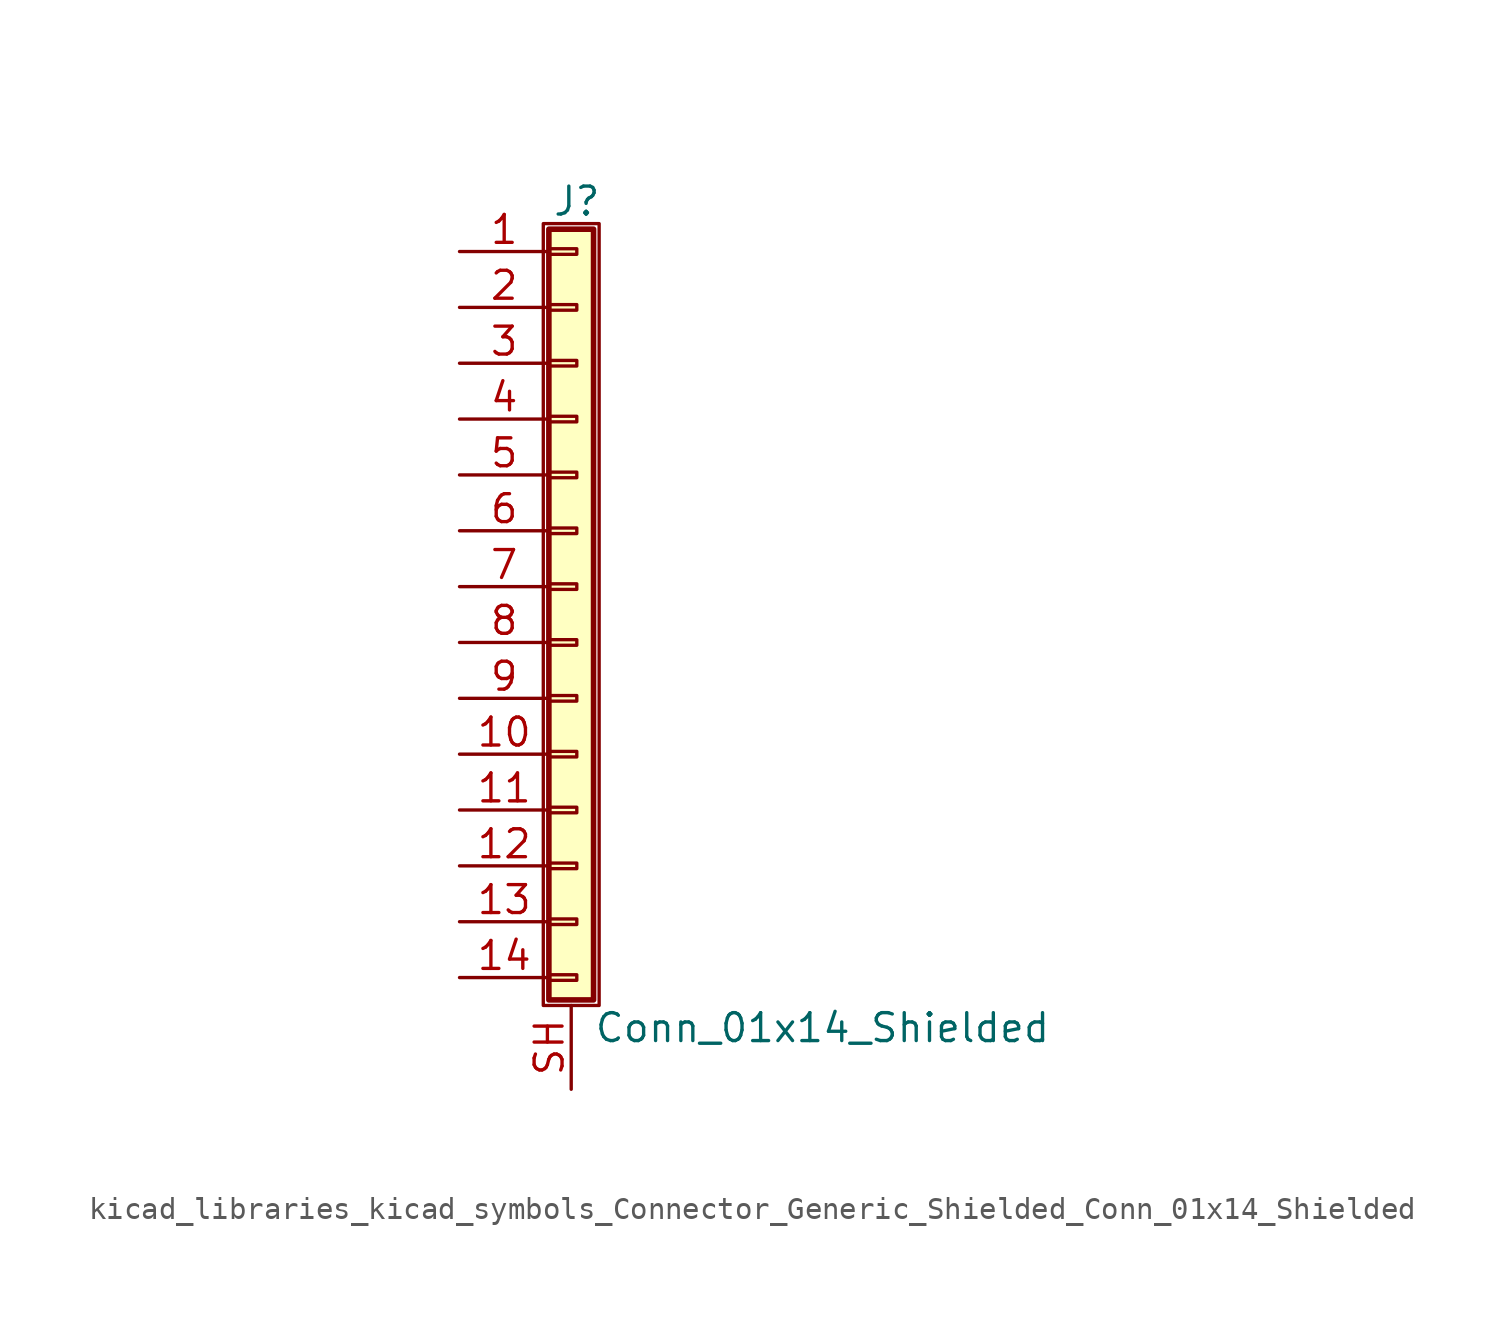
<source format=kicad_sym>
(kicad_symbol_lib
  (version 20220914)
  (generator kicad_symbol_editor)
  (symbol "kicad_libraries_kicad_symbols_Connector_Generic_Shielded_Conn_01x14_Shielded"
    (pin_names
      (offset 1.016) hide)
    (property "Reference" "J"
      (at 0.254 17.526 0)
      (effects (font (size 1.27 1.27))))
    (property "Value" "Conn_01x14_Shielded"
      (at 1.016 -20.066 0)
      (effects (font (size 1.27 1.27)) (justify left)))
    (symbol "kicad_libraries_kicad_symbols_Connector_Generic_Shielded_Conn_01x14_Shielded_1_1"
      (rectangle (start -1.27 16.51) (end 1.27 -19.05) (stroke (width 0.152) (type default)) (fill (type none)))
      (rectangle (start -1.016 -17.653) (end 0.254 -17.907) (stroke (width 0.152) (type default)) (fill (type none)))
      (rectangle (start -1.016 -15.113) (end 0.254 -15.367) (stroke (width 0.152) (type default)) (fill (type none)))
      (rectangle (start -1.016 -12.573) (end 0.254 -12.827) (stroke (width 0.152) (type default)) (fill (type none)))
      (rectangle (start -1.016 -10.033) (end 0.254 -10.287) (stroke (width 0.152) (type default)) (fill (type none)))
      (rectangle (start -1.016 -7.493) (end 0.254 -7.747) (stroke (width 0.152) (type default)) (fill (type none)))
      (rectangle (start -1.016 -4.953) (end 0.254 -5.207) (stroke (width 0.152) (type default)) (fill (type none)))
      (rectangle (start -1.016 -2.413) (end 0.254 -2.667) (stroke (width 0.152) (type default)) (fill (type none)))
      (rectangle (start -1.016 0.127) (end 0.254 -0.127) (stroke (width 0.152) (type default)) (fill (type none)))
      (rectangle (start -1.016 2.667) (end 0.254 2.413) (stroke (width 0.152) (type default)) (fill (type none)))
      (rectangle (start -1.016 5.207) (end 0.254 4.953) (stroke (width 0.152) (type default)) (fill (type none)))
      (rectangle (start -1.016 7.747) (end 0.254 7.493) (stroke (width 0.152) (type default)) (fill (type none)))
      (rectangle (start -1.016 10.287) (end 0.254 10.033) (stroke (width 0.152) (type default)) (fill (type none)))
      (rectangle (start -1.016 12.827) (end 0.254 12.573) (stroke (width 0.152) (type default)) (fill (type none)))
      (rectangle (start -1.016 15.367) (end 0.254 15.113) (stroke (width 0.152) (type default)) (fill (type none)))
      (rectangle (start -1.016 16.256) (end 1.016 -18.796) (stroke (width 0.254) (type default)) (fill (type background)))
      (pin passive line (at -5.08 15.24 0) (length 4.064) (name "Pin_1" (effects (font (size 1.27 1.27)))) (number "1" (effects (font (size 1.27 1.27)))))
      (pin passive line (at -5.08 -7.62 0) (length 4.064) (name "Pin_10" (effects (font (size 1.27 1.27)))) (number "10" (effects (font (size 1.27 1.27)))))
      (pin passive line (at -5.08 -10.16 0) (length 4.064) (name "Pin_11" (effects (font (size 1.27 1.27)))) (number "11" (effects (font (size 1.27 1.27)))))
      (pin passive line (at -5.08 -12.7 0) (length 4.064) (name "Pin_12" (effects (font (size 1.27 1.27)))) (number "12" (effects (font (size 1.27 1.27)))))
      (pin passive line (at -5.08 -15.24 0) (length 4.064) (name "Pin_13" (effects (font (size 1.27 1.27)))) (number "13" (effects (font (size 1.27 1.27)))))
      (pin passive line (at -5.08 -17.78 0) (length 4.064) (name "Pin_14" (effects (font (size 1.27 1.27)))) (number "14" (effects (font (size 1.27 1.27)))))
      (pin passive line (at -5.08 12.7 0) (length 4.064) (name "Pin_2" (effects (font (size 1.27 1.27)))) (number "2" (effects (font (size 1.27 1.27)))))
      (pin passive line (at -5.08 10.16 0) (length 4.064) (name "Pin_3" (effects (font (size 1.27 1.27)))) (number "3" (effects (font (size 1.27 1.27)))))
      (pin passive line (at -5.08 7.62 0) (length 4.064) (name "Pin_4" (effects (font (size 1.27 1.27)))) (number "4" (effects (font (size 1.27 1.27)))))
      (pin passive line (at -5.08 5.08 0) (length 4.064) (name "Pin_5" (effects (font (size 1.27 1.27)))) (number "5" (effects (font (size 1.27 1.27)))))
      (pin passive line (at -5.08 2.54 0) (length 4.064) (name "Pin_6" (effects (font (size 1.27 1.27)))) (number "6" (effects (font (size 1.27 1.27)))))
      (pin passive line (at -5.08 0 0) (length 4.064) (name "Pin_7" (effects (font (size 1.27 1.27)))) (number "7" (effects (font (size 1.27 1.27)))))
      (pin passive line (at -5.08 -2.54 0) (length 4.064) (name "Pin_8" (effects (font (size 1.27 1.27)))) (number "8" (effects (font (size 1.27 1.27)))))
      (pin passive line (at -5.08 -5.08 0) (length 4.064) (name "Pin_9" (effects (font (size 1.27 1.27)))) (number "9" (effects (font (size 1.27 1.27)))))
      (pin passive line (at 0 -22.86 90) (length 3.81) (name "Shield" (effects (font (size 1.27 1.27)))) (number "SH" (effects (font (size 1.27 1.27))))))))
</source>
